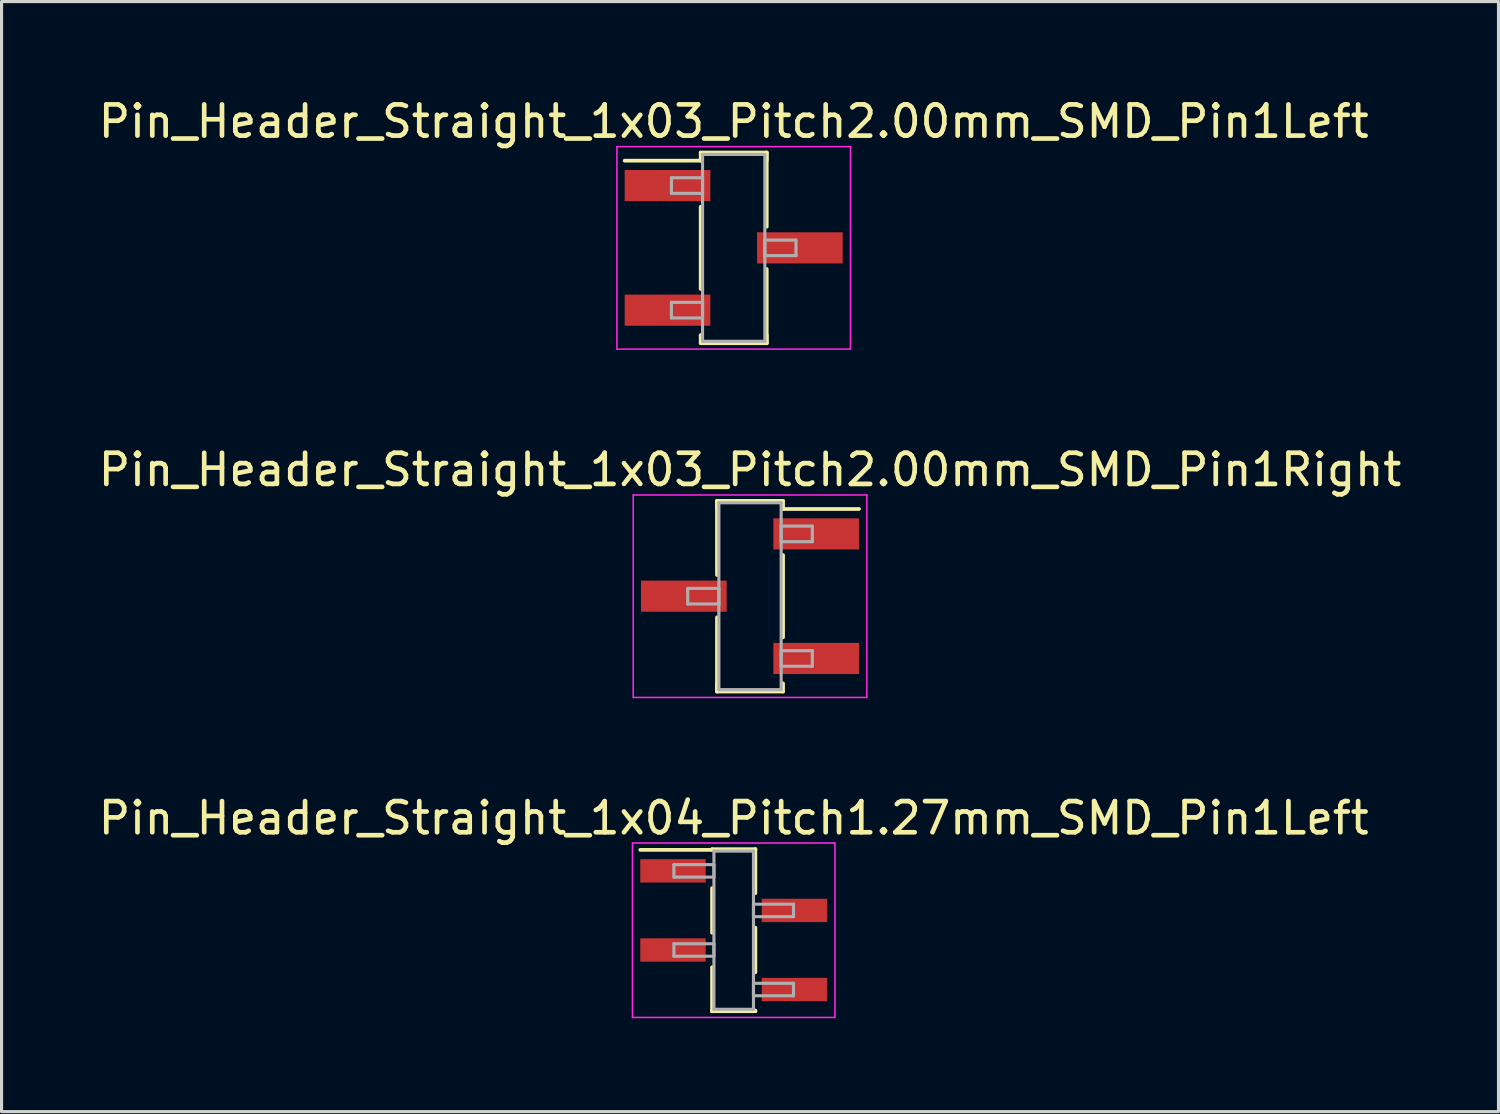
<source format=kicad_pcb>
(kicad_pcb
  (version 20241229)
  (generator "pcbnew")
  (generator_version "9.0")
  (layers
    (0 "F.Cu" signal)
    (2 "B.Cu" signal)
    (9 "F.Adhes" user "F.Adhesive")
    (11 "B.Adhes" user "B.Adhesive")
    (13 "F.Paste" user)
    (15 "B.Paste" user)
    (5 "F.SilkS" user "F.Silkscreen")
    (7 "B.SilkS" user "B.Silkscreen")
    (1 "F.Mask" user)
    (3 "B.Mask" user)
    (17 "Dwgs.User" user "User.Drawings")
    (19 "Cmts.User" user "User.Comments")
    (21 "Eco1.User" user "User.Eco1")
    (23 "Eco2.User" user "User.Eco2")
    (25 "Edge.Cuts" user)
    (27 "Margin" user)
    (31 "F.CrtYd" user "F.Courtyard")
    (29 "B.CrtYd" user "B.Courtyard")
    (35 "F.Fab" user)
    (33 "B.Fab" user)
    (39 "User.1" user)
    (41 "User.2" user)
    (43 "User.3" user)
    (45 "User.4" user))
  (footprint "Pin_Header_Straight_1x03_Pitch2.00mm_SMD_Pin1Left"
    (layer "F.Cu")
    (at 20.506 4.908)
    (property "Reference" "Pin_Header_Straight_1x03_Pitch2.00mm_SMD_Pin1Left" (at 0 -4.06 0) (layer "F.SilkS") (effects (font (size 1 1) (thickness 0.15))))
    (attr smd)
    (fp_line (start -1.06 -3.06) (end 1.06 -3.06) (stroke (width 0.12) (type solid)) (layer "F.SilkS"))
    (fp_line (start -1.06 -2.8) (end -3.5 -2.8) (stroke (width 0.12) (type solid)) (layer "F.SilkS"))
    (fp_line (start -1.06 -2.8) (end -1.06 -3.06) (stroke (width 0.12) (type solid)) (layer "F.SilkS"))
    (fp_line (start -1.06 -1.32) (end -1.06 1.32) (stroke (width 0.12) (type solid)) (layer "F.SilkS"))
    (fp_line (start -1.06 2.8) (end -1.06 3.06) (stroke (width 0.12) (type solid)) (layer "F.SilkS"))
    (fp_line (start -1.06 3.06) (end 1.06 3.06) (stroke (width 0.12) (type solid)) (layer "F.SilkS"))
    (fp_line (start 1.06 -3.06) (end 1.06 -2.8) (stroke (width 0.12) (type solid)) (layer "F.SilkS"))
    (fp_line (start 1.06 -3.06) (end 1.06 -0.68) (stroke (width 0.12) (type solid)) (layer "F.SilkS"))
    (fp_line (start 1.06 0.68) (end 1.06 3.06) (stroke (width 0.12) (type solid)) (layer "F.SilkS"))
    (fp_line (start 1.06 3.06) (end 1.06 2.8) (stroke (width 0.12) (type solid)) (layer "F.SilkS"))
    (fp_line (start -3.75 -3.25) (end -3.75 3.25) (stroke (width 0.05) (type solid)) (layer "F.CrtYd"))
    (fp_line (start -3.75 3.25) (end 3.75 3.25) (stroke (width 0.05) (type solid)) (layer "F.CrtYd"))
    (fp_line (start 3.75 -3.25) (end -3.75 -3.25) (stroke (width 0.05) (type solid)) (layer "F.CrtYd"))
    (fp_line (start 3.75 3.25) (end 3.75 -3.25) (stroke (width 0.05) (type solid)) (layer "F.CrtYd"))
    (fp_line (start -2 -2.25) (end -1 -2.25) (stroke (width 0.1) (type solid)) (layer "F.Fab"))
    (fp_line (start -2 -1.75) (end -2 -2.25) (stroke (width 0.1) (type solid)) (layer "F.Fab"))
    (fp_line (start -2 1.75) (end -1 1.75) (stroke (width 0.1) (type solid)) (layer "F.Fab"))
    (fp_line (start -2 2.25) (end -2 1.75) (stroke (width 0.1) (type solid)) (layer "F.Fab"))
    (fp_line (start -1 -3) (end -1 3) (stroke (width 0.1) (type solid)) (layer "F.Fab"))
    (fp_line (start -1 -2.25) (end -1 -1.75) (stroke (width 0.1) (type solid)) (layer "F.Fab"))
    (fp_line (start -1 -1.75) (end -2 -1.75) (stroke (width 0.1) (type solid)) (layer "F.Fab"))
    (fp_line (start -1 1.75) (end -1 2.25) (stroke (width 0.1) (type solid)) (layer "F.Fab"))
    (fp_line (start -1 2.25) (end -2 2.25) (stroke (width 0.1) (type solid)) (layer "F.Fab"))
    (fp_line (start -1 3) (end 1 3) (stroke (width 0.1) (type solid)) (layer "F.Fab"))
    (fp_line (start 1 -3) (end -1 -3) (stroke (width 0.1) (type solid)) (layer "F.Fab"))
    (fp_line (start 1 -0.25) (end 1 0.25) (stroke (width 0.1) (type solid)) (layer "F.Fab"))
    (fp_line (start 1 0.25) (end 2 0.25) (stroke (width 0.1) (type solid)) (layer "F.Fab"))
    (fp_line (start 1 3) (end 1 -3) (stroke (width 0.1) (type solid)) (layer "F.Fab"))
    (fp_line (start 2 -0.25) (end 1 -0.25) (stroke (width 0.1) (type solid)) (layer "F.Fab"))
    (fp_line (start 2 0.25) (end 2 -0.25) (stroke (width 0.1) (type solid)) (layer "F.Fab"))
    (pad "1" smd rect (at -2.125 -2) (size 2.75 1) (layers "F.Cu" "F.Mask"))
    (pad "2" smd rect (at 2.125 0) (size 2.75 1) (layers "F.Cu" "F.Mask"))
    (pad "3" smd rect (at -2.125 2) (size 2.75 1) (layers "F.Cu" "F.Mask")))
  (footprint "Pin_Header_Straight_1x03_Pitch2.00mm_SMD_Pin1Right"
    (layer "F.Cu")
    (at 21.03 16.091)
    (property "Reference" "Pin_Header_Straight_1x03_Pitch2.00mm_SMD_Pin1Right" (at 0 -4.06 0) (layer "F.SilkS") (effects (font (size 1 1) (thickness 0.15))))
    (attr smd)
    (fp_line (start -1.06 -3.06) (end -1.06 -0.68) (stroke (width 0.12) (type solid)) (layer "F.SilkS"))
    (fp_line (start -1.06 -3.06) (end 1.06 -3.06) (stroke (width 0.12) (type solid)) (layer "F.SilkS"))
    (fp_line (start -1.06 -2.8) (end -1.06 -3.06) (stroke (width 0.12) (type solid)) (layer "F.SilkS"))
    (fp_line (start -1.06 0.68) (end -1.06 3.06) (stroke (width 0.12) (type solid)) (layer "F.SilkS"))
    (fp_line (start -1.06 2.8) (end -1.06 3.06) (stroke (width 0.12) (type solid)) (layer "F.SilkS"))
    (fp_line (start -1.06 3.06) (end 1.06 3.06) (stroke (width 0.12) (type solid)) (layer "F.SilkS"))
    (fp_line (start 1.06 -3.06) (end 1.06 -2.8) (stroke (width 0.12) (type solid)) (layer "F.SilkS"))
    (fp_line (start 1.06 -2.8) (end 3.5 -2.8) (stroke (width 0.12) (type solid)) (layer "F.SilkS"))
    (fp_line (start 1.06 -1.32) (end 1.06 1.32) (stroke (width 0.12) (type solid)) (layer "F.SilkS"))
    (fp_line (start 1.06 3.06) (end 1.06 2.8) (stroke (width 0.12) (type solid)) (layer "F.SilkS"))
    (fp_line (start -3.75 -3.25) (end -3.75 3.25) (stroke (width 0.05) (type solid)) (layer "F.CrtYd"))
    (fp_line (start -3.75 3.25) (end 3.75 3.25) (stroke (width 0.05) (type solid)) (layer "F.CrtYd"))
    (fp_line (start 3.75 -3.25) (end -3.75 -3.25) (stroke (width 0.05) (type solid)) (layer "F.CrtYd"))
    (fp_line (start 3.75 3.25) (end 3.75 -3.25) (stroke (width 0.05) (type solid)) (layer "F.CrtYd"))
    (fp_line (start -2 -0.25) (end -1 -0.25) (stroke (width 0.1) (type solid)) (layer "F.Fab"))
    (fp_line (start -2 0.25) (end -2 -0.25) (stroke (width 0.1) (type solid)) (layer "F.Fab"))
    (fp_line (start -1 -3) (end -1 3) (stroke (width 0.1) (type solid)) (layer "F.Fab"))
    (fp_line (start -1 -0.25) (end -1 0.25) (stroke (width 0.1) (type solid)) (layer "F.Fab"))
    (fp_line (start -1 0.25) (end -2 0.25) (stroke (width 0.1) (type solid)) (layer "F.Fab"))
    (fp_line (start -1 3) (end 1 3) (stroke (width 0.1) (type solid)) (layer "F.Fab"))
    (fp_line (start 1 -3) (end -1 -3) (stroke (width 0.1) (type solid)) (layer "F.Fab"))
    (fp_line (start 1 -2.25) (end 1 -1.75) (stroke (width 0.1) (type solid)) (layer "F.Fab"))
    (fp_line (start 1 -1.75) (end 2 -1.75) (stroke (width 0.1) (type solid)) (layer "F.Fab"))
    (fp_line (start 1 1.75) (end 1 2.25) (stroke (width 0.1) (type solid)) (layer "F.Fab"))
    (fp_line (start 1 2.25) (end 2 2.25) (stroke (width 0.1) (type solid)) (layer "F.Fab"))
    (fp_line (start 1 3) (end 1 -3) (stroke (width 0.1) (type solid)) (layer "F.Fab"))
    (fp_line (start 2 -2.25) (end 1 -2.25) (stroke (width 0.1) (type solid)) (layer "F.Fab"))
    (fp_line (start 2 -1.75) (end 2 -2.25) (stroke (width 0.1) (type solid)) (layer "F.Fab"))
    (fp_line (start 2 1.75) (end 1 1.75) (stroke (width 0.1) (type solid)) (layer "F.Fab"))
    (fp_line (start 2 2.25) (end 2 1.75) (stroke (width 0.1) (type solid)) (layer "F.Fab"))
    (pad "1" smd rect (at 2.125 -2) (size 2.75 1) (layers "F.Cu" "F.Mask"))
    (pad "2" smd rect (at -2.125 0) (size 2.75 1) (layers "F.Cu" "F.Mask"))
    (pad "3" smd rect (at 2.125 2) (size 2.75 1) (layers "F.Cu" "F.Mask")))
  (footprint "Pin_Header_Straight_1x04_Pitch1.27mm_SMD_Pin1Left"
    (layer "F.Cu")
    (at 20.506 26.815)
    (property "Reference" "Pin_Header_Straight_1x04_Pitch1.27mm_SMD_Pin1Left" (at 0 -3.6 0) (layer "F.SilkS") (effects (font (size 1 1) (thickness 0.15))))
    (attr smd)
    (fp_line (start -0.695 -2.6) (end 0.695 -2.6) (stroke (width 0.12) (type solid)) (layer "F.SilkS"))
    (fp_line (start -0.695 -2.58) (end -3 -2.58) (stroke (width 0.12) (type solid)) (layer "F.SilkS"))
    (fp_line (start -0.695 -2.58) (end -0.695 -2.6) (stroke (width 0.12) (type solid)) (layer "F.SilkS"))
    (fp_line (start -0.695 -1.35) (end -0.695 0.08) (stroke (width 0.12) (type solid)) (layer "F.SilkS"))
    (fp_line (start -0.695 1.19) (end -0.695 2.6) (stroke (width 0.12) (type solid)) (layer "F.SilkS"))
    (fp_line (start -0.695 2.58) (end -0.695 2.6) (stroke (width 0.12) (type solid)) (layer "F.SilkS"))
    (fp_line (start -0.695 2.6) (end 0.695 2.6) (stroke (width 0.12) (type solid)) (layer "F.SilkS"))
    (fp_line (start 0.695 -2.6) (end 0.695 -2.58) (stroke (width 0.12) (type solid)) (layer "F.SilkS"))
    (fp_line (start 0.695 -2.6) (end 0.695 -1.19) (stroke (width 0.12) (type solid)) (layer "F.SilkS"))
    (fp_line (start 0.695 -0.08) (end 0.695 1.35) (stroke (width 0.12) (type solid)) (layer "F.SilkS"))
    (fp_line (start 0.695 2.6) (end 0.695 2.58) (stroke (width 0.12) (type solid)) (layer "F.SilkS"))
    (fp_line (start -3.25 -2.8) (end -3.25 2.8) (stroke (width 0.05) (type solid)) (layer "F.CrtYd"))
    (fp_line (start -3.25 2.8) (end 3.25 2.8) (stroke (width 0.05) (type solid)) (layer "F.CrtYd"))
    (fp_line (start 3.25 -2.8) (end -3.25 -2.8) (stroke (width 0.05) (type solid)) (layer "F.CrtYd"))
    (fp_line (start 3.25 2.8) (end 3.25 -2.8) (stroke (width 0.05) (type solid)) (layer "F.CrtYd"))
    (fp_line (start -1.92 -2.105) (end -0.635 -2.105) (stroke (width 0.1) (type solid)) (layer "F.Fab"))
    (fp_line (start -1.92 -1.705) (end -1.92 -2.105) (stroke (width 0.1) (type solid)) (layer "F.Fab"))
    (fp_line (start -1.92 0.435) (end -0.635 0.435) (stroke (width 0.1) (type solid)) (layer "F.Fab"))
    (fp_line (start -1.92 0.835) (end -1.92 0.435) (stroke (width 0.1) (type solid)) (layer "F.Fab"))
    (fp_line (start -0.635 -2.54) (end -0.635 2.54) (stroke (width 0.1) (type solid)) (layer "F.Fab"))
    (fp_line (start -0.635 -2.105) (end -0.635 -1.705) (stroke (width 0.1) (type solid)) (layer "F.Fab"))
    (fp_line (start -0.635 -1.705) (end -1.92 -1.705) (stroke (width 0.1) (type solid)) (layer "F.Fab"))
    (fp_line (start -0.635 0.435) (end -0.635 0.835) (stroke (width 0.1) (type solid)) (layer "F.Fab"))
    (fp_line (start -0.635 0.835) (end -1.92 0.835) (stroke (width 0.1) (type solid)) (layer "F.Fab"))
    (fp_line (start -0.635 2.54) (end 0.635 2.54) (stroke (width 0.1) (type solid)) (layer "F.Fab"))
    (fp_line (start 0.635 -2.54) (end -0.635 -2.54) (stroke (width 0.1) (type solid)) (layer "F.Fab"))
    (fp_line (start 0.635 -0.835) (end 0.635 -0.435) (stroke (width 0.1) (type solid)) (layer "F.Fab"))
    (fp_line (start 0.635 -0.435) (end 1.92 -0.435) (stroke (width 0.1) (type solid)) (layer "F.Fab"))
    (fp_line (start 0.635 1.705) (end 0.635 2.105) (stroke (width 0.1) (type solid)) (layer "F.Fab"))
    (fp_line (start 0.635 2.105) (end 1.92 2.105) (stroke (width 0.1) (type solid)) (layer "F.Fab"))
    (fp_line (start 0.635 2.54) (end 0.635 -2.54) (stroke (width 0.1) (type solid)) (layer "F.Fab"))
    (fp_line (start 1.92 -0.835) (end 0.635 -0.835) (stroke (width 0.1) (type solid)) (layer "F.Fab"))
    (fp_line (start 1.92 -0.435) (end 1.92 -0.835) (stroke (width 0.1) (type solid)) (layer "F.Fab"))
    (fp_line (start 1.92 1.705) (end 0.635 1.705) (stroke (width 0.1) (type solid)) (layer "F.Fab"))
    (fp_line (start 1.92 2.105) (end 1.92 1.705) (stroke (width 0.1) (type solid)) (layer "F.Fab"))
    (pad "1" smd rect (at -1.95 -1.905) (size 2.1 0.75) (layers "F.Cu" "F.Mask"))
    (pad "2" smd rect (at 1.95 -0.635) (size 2.1 0.75) (layers "F.Cu" "F.Mask"))
    (pad "3" smd rect (at -1.95 0.635) (size 2.1 0.75) (layers "F.Cu" "F.Mask"))
    (pad "4" smd rect (at 1.95 1.905) (size 2.1 0.75) (layers "F.Cu" "F.Mask")))
  (gr_rect
    (start -3 -3)
    (end 45.06 32.64)
    (stroke (width 0.1) (type default))
    (fill no)
    (layer "Edge.Cuts")))
</source>
